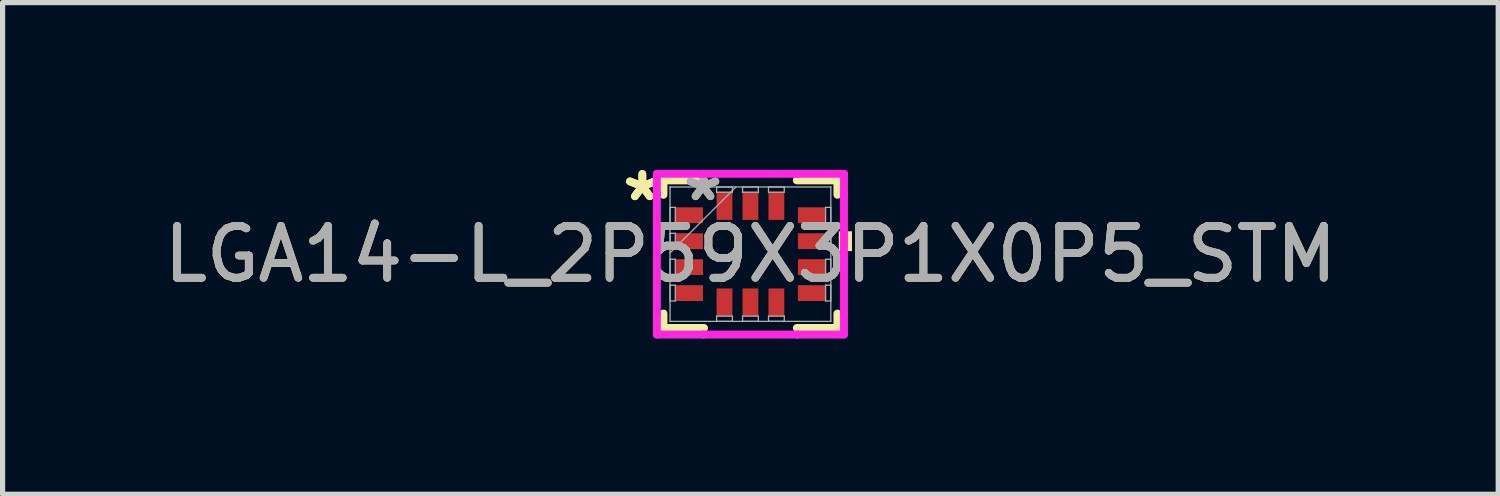
<source format=kicad_pcb>
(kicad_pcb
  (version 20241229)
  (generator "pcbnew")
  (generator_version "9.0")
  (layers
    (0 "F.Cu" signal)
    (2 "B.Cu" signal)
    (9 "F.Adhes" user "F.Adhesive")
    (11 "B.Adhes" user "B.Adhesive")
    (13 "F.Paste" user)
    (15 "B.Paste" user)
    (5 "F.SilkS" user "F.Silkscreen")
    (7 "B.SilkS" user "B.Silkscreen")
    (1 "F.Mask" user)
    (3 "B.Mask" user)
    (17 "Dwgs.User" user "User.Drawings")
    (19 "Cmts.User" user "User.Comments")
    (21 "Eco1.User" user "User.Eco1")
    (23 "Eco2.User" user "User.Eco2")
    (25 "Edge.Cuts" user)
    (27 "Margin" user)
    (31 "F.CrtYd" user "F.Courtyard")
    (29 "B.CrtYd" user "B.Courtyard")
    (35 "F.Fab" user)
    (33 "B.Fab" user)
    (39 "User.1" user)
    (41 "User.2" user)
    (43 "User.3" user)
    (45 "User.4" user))
  (footprint "LGA14-L_2P59X3P1X0P5_STM"
    (layer "F.Cu")
    (at 11.411 1.848)
    (property "Reference" "LGA14-L_2P59X3P1X0P5_STM" (at 0 0 0) (unlocked yes) (layer "F.SilkS") (effects (font (size 1 1) (thickness 0.15))))
    (attr smd)
    (fp_line (start -1.676 -1.422) (end -1.676 -1.144) (stroke (width 0.152) (type solid)) (layer "F.SilkS"))
    (fp_line (start -1.676 1.144) (end -1.676 1.422) (stroke (width 0.152) (type solid)) (layer "F.SilkS"))
    (fp_line (start -1.676 1.422) (end -0.894 1.422) (stroke (width 0.152) (type solid)) (layer "F.SilkS"))
    (fp_line (start -0.894 -1.422) (end -1.676 -1.422) (stroke (width 0.152) (type solid)) (layer "F.SilkS"))
    (fp_line (start 0.894 1.422) (end 1.676 1.422) (stroke (width 0.152) (type solid)) (layer "F.SilkS"))
    (fp_line (start 1.676 -1.422) (end 0.894 -1.422) (stroke (width 0.152) (type solid)) (layer "F.SilkS"))
    (fp_line (start 1.676 -1.144) (end 1.676 -1.422) (stroke (width 0.152) (type solid)) (layer "F.SilkS"))
    (fp_line (start 1.676 1.422) (end 1.676 1.144) (stroke (width 0.152) (type solid)) (layer "F.SilkS"))
    (fp_poly (pts (xy 1.956 -0.441) (xy 1.956 -0.059) (xy 1.702 -0.059) (xy 1.702 -0.441)) (stroke (width 0) (type solid)) (fill yes) (layer "F.SilkS"))
    (fp_line (start -1.803 -1.549) (end -0.906 -1.549) (stroke (width 0.152) (type solid)) (layer "F.CrtYd"))
    (fp_line (start -1.803 -1.156) (end -1.803 -1.549) (stroke (width 0.152) (type solid)) (layer "F.CrtYd"))
    (fp_line (start -1.803 -1.156) (end -1.803 -1.156) (stroke (width 0.152) (type solid)) (layer "F.CrtYd"))
    (fp_line (start -1.803 1.156) (end -1.803 -1.156) (stroke (width 0.152) (type solid)) (layer "F.CrtYd"))
    (fp_line (start -1.803 1.156) (end -1.803 1.156) (stroke (width 0.152) (type solid)) (layer "F.CrtYd"))
    (fp_line (start -1.803 1.549) (end -1.803 1.156) (stroke (width 0.152) (type solid)) (layer "F.CrtYd"))
    (fp_line (start -0.906 -1.549) (end -0.906 -1.549) (stroke (width 0.152) (type solid)) (layer "F.CrtYd"))
    (fp_line (start -0.906 -1.549) (end 0.906 -1.549) (stroke (width 0.152) (type solid)) (layer "F.CrtYd"))
    (fp_line (start -0.906 1.549) (end -1.803 1.549) (stroke (width 0.152) (type solid)) (layer "F.CrtYd"))
    (fp_line (start -0.906 1.549) (end -0.906 1.549) (stroke (width 0.152) (type solid)) (layer "F.CrtYd"))
    (fp_line (start 0.906 -1.549) (end 0.906 -1.549) (stroke (width 0.152) (type solid)) (layer "F.CrtYd"))
    (fp_line (start 0.906 -1.549) (end 1.803 -1.549) (stroke (width 0.152) (type solid)) (layer "F.CrtYd"))
    (fp_line (start 0.906 1.549) (end -0.906 1.549) (stroke (width 0.152) (type solid)) (layer "F.CrtYd"))
    (fp_line (start 0.906 1.549) (end 0.906 1.549) (stroke (width 0.152) (type solid)) (layer "F.CrtYd"))
    (fp_line (start 1.803 -1.549) (end 1.803 -1.156) (stroke (width 0.152) (type solid)) (layer "F.CrtYd"))
    (fp_line (start 1.803 -1.156) (end 1.803 -1.156) (stroke (width 0.152) (type solid)) (layer "F.CrtYd"))
    (fp_line (start 1.803 -1.156) (end 1.803 1.156) (stroke (width 0.152) (type solid)) (layer "F.CrtYd"))
    (fp_line (start 1.803 1.156) (end 1.803 1.156) (stroke (width 0.152) (type solid)) (layer "F.CrtYd"))
    (fp_line (start 1.803 1.156) (end 1.803 1.549) (stroke (width 0.152) (type solid)) (layer "F.CrtYd"))
    (fp_line (start 1.803 1.549) (end 0.906 1.549) (stroke (width 0.152) (type solid)) (layer "F.CrtYd"))
    (fp_line (start -1.549 -1.295) (end -1.549 -1.295) (stroke (width 0.025) (type solid)) (layer "F.Fab"))
    (fp_line (start -1.549 -1.295) (end -1.549 1.295) (stroke (width 0.025) (type solid)) (layer "F.Fab"))
    (fp_line (start -1.549 -0.902) (end -1.448 -0.902) (stroke (width 0.025) (type solid)) (layer "F.Fab"))
    (fp_line (start -1.549 -0.598) (end -1.549 -0.902) (stroke (width 0.025) (type solid)) (layer "F.Fab"))
    (fp_line (start -1.549 -0.402) (end -1.448 -0.402) (stroke (width 0.025) (type solid)) (layer "F.Fab"))
    (fp_line (start -1.549 -0.098) (end -1.549 -0.402) (stroke (width 0.025) (type solid)) (layer "F.Fab"))
    (fp_line (start -1.549 -0.025) (end -0.279 -1.295) (stroke (width 0.025) (type solid)) (layer "F.Fab"))
    (fp_line (start -1.549 0.098) (end -1.448 0.098) (stroke (width 0.025) (type solid)) (layer "F.Fab"))
    (fp_line (start -1.549 0.402) (end -1.549 0.098) (stroke (width 0.025) (type solid)) (layer "F.Fab"))
    (fp_line (start -1.549 0.598) (end -1.448 0.598) (stroke (width 0.025) (type solid)) (layer "F.Fab"))
    (fp_line (start -1.549 0.902) (end -1.549 0.598) (stroke (width 0.025) (type solid)) (layer "F.Fab"))
    (fp_line (start -1.549 1.295) (end -1.549 1.295) (stroke (width 0.025) (type solid)) (layer "F.Fab"))
    (fp_line (start -1.549 1.295) (end 1.549 1.295) (stroke (width 0.025) (type solid)) (layer "F.Fab"))
    (fp_line (start -1.448 -0.902) (end -1.448 -0.598) (stroke (width 0.025) (type solid)) (layer "F.Fab"))
    (fp_line (start -1.448 -0.598) (end -1.549 -0.598) (stroke (width 0.025) (type solid)) (layer "F.Fab"))
    (fp_line (start -1.448 -0.402) (end -1.448 -0.098) (stroke (width 0.025) (type solid)) (layer "F.Fab"))
    (fp_line (start -1.448 -0.098) (end -1.549 -0.098) (stroke (width 0.025) (type solid)) (layer "F.Fab"))
    (fp_line (start -1.448 0.098) (end -1.448 0.402) (stroke (width 0.025) (type solid)) (layer "F.Fab"))
    (fp_line (start -1.448 0.402) (end -1.549 0.402) (stroke (width 0.025) (type solid)) (layer "F.Fab"))
    (fp_line (start -1.448 0.598) (end -1.448 0.902) (stroke (width 0.025) (type solid)) (layer "F.Fab"))
    (fp_line (start -1.448 0.902) (end -1.549 0.902) (stroke (width 0.025) (type solid)) (layer "F.Fab"))
    (fp_line (start -0.652 -1.295) (end -0.348 -1.295) (stroke (width 0.025) (type solid)) (layer "F.Fab"))
    (fp_line (start -0.652 -1.194) (end -0.652 -1.295) (stroke (width 0.025) (type solid)) (layer "F.Fab"))
    (fp_line (start -0.652 1.194) (end -0.348 1.194) (stroke (width 0.025) (type solid)) (layer "F.Fab"))
    (fp_line (start -0.652 1.295) (end -0.652 1.194) (stroke (width 0.025) (type solid)) (layer "F.Fab"))
    (fp_line (start -0.348 -1.295) (end -0.348 -1.194) (stroke (width 0.025) (type solid)) (layer "F.Fab"))
    (fp_line (start -0.348 -1.194) (end -0.652 -1.194) (stroke (width 0.025) (type solid)) (layer "F.Fab"))
    (fp_line (start -0.348 1.194) (end -0.348 1.295) (stroke (width 0.025) (type solid)) (layer "F.Fab"))
    (fp_line (start -0.348 1.295) (end -0.652 1.295) (stroke (width 0.025) (type solid)) (layer "F.Fab"))
    (fp_line (start -0.152 -1.295) (end 0.152 -1.295) (stroke (width 0.025) (type solid)) (layer "F.Fab"))
    (fp_line (start -0.152 -1.194) (end -0.152 -1.295) (stroke (width 0.025) (type solid)) (layer "F.Fab"))
    (fp_line (start -0.152 1.194) (end 0.152 1.194) (stroke (width 0.025) (type solid)) (layer "F.Fab"))
    (fp_line (start -0.152 1.295) (end -0.152 1.194) (stroke (width 0.025) (type solid)) (layer "F.Fab"))
    (fp_line (start 0.152 -1.295) (end 0.152 -1.194) (stroke (width 0.025) (type solid)) (layer "F.Fab"))
    (fp_line (start 0.152 -1.194) (end -0.152 -1.194) (stroke (width 0.025) (type solid)) (layer "F.Fab"))
    (fp_line (start 0.152 1.194) (end 0.152 1.295) (stroke (width 0.025) (type solid)) (layer "F.Fab"))
    (fp_line (start 0.152 1.295) (end -0.152 1.295) (stroke (width 0.025) (type solid)) (layer "F.Fab"))
    (fp_line (start 0.348 -1.295) (end 0.652 -1.295) (stroke (width 0.025) (type solid)) (layer "F.Fab"))
    (fp_line (start 0.348 -1.194) (end 0.348 -1.295) (stroke (width 0.025) (type solid)) (layer "F.Fab"))
    (fp_line (start 0.348 1.194) (end 0.652 1.194) (stroke (width 0.025) (type solid)) (layer "F.Fab"))
    (fp_line (start 0.348 1.295) (end 0.348 1.194) (stroke (width 0.025) (type solid)) (layer "F.Fab"))
    (fp_line (start 0.652 -1.295) (end 0.652 -1.194) (stroke (width 0.025) (type solid)) (layer "F.Fab"))
    (fp_line (start 0.652 -1.194) (end 0.348 -1.194) (stroke (width 0.025) (type solid)) (layer "F.Fab"))
    (fp_line (start 0.652 1.194) (end 0.652 1.295) (stroke (width 0.025) (type solid)) (layer "F.Fab"))
    (fp_line (start 0.652 1.295) (end 0.348 1.295) (stroke (width 0.025) (type solid)) (layer "F.Fab"))
    (fp_line (start 1.448 -0.902) (end 1.549 -0.902) (stroke (width 0.025) (type solid)) (layer "F.Fab"))
    (fp_line (start 1.448 -0.598) (end 1.448 -0.902) (stroke (width 0.025) (type solid)) (layer "F.Fab"))
    (fp_line (start 1.448 -0.402) (end 1.549 -0.402) (stroke (width 0.025) (type solid)) (layer "F.Fab"))
    (fp_line (start 1.448 -0.098) (end 1.448 -0.402) (stroke (width 0.025) (type solid)) (layer "F.Fab"))
    (fp_line (start 1.448 0.098) (end 1.549 0.098) (stroke (width 0.025) (type solid)) (layer "F.Fab"))
    (fp_line (start 1.448 0.402) (end 1.448 0.098) (stroke (width 0.025) (type solid)) (layer "F.Fab"))
    (fp_line (start 1.448 0.598) (end 1.549 0.598) (stroke (width 0.025) (type solid)) (layer "F.Fab"))
    (fp_line (start 1.448 0.902) (end 1.448 0.598) (stroke (width 0.025) (type solid)) (layer "F.Fab"))
    (fp_line (start 1.549 -1.295) (end -1.549 -1.295) (stroke (width 0.025) (type solid)) (layer "F.Fab"))
    (fp_line (start 1.549 -1.295) (end 1.549 -1.295) (stroke (width 0.025) (type solid)) (layer "F.Fab"))
    (fp_line (start 1.549 -0.902) (end 1.549 -0.598) (stroke (width 0.025) (type solid)) (layer "F.Fab"))
    (fp_line (start 1.549 -0.598) (end 1.448 -0.598) (stroke (width 0.025) (type solid)) (layer "F.Fab"))
    (fp_line (start 1.549 -0.402) (end 1.549 -0.098) (stroke (width 0.025) (type solid)) (layer "F.Fab"))
    (fp_line (start 1.549 -0.098) (end 1.448 -0.098) (stroke (width 0.025) (type solid)) (layer "F.Fab"))
    (fp_line (start 1.549 0.098) (end 1.549 0.402) (stroke (width 0.025) (type solid)) (layer "F.Fab"))
    (fp_line (start 1.549 0.402) (end 1.448 0.402) (stroke (width 0.025) (type solid)) (layer "F.Fab"))
    (fp_line (start 1.549 0.598) (end 1.549 0.902) (stroke (width 0.025) (type solid)) (layer "F.Fab"))
    (fp_line (start 1.549 0.902) (end 1.448 0.902) (stroke (width 0.025) (type solid)) (layer "F.Fab"))
    (fp_line (start 1.549 1.295) (end 1.549 -1.295) (stroke (width 0.025) (type solid)) (layer "F.Fab"))
    (fp_line (start 1.549 1.295) (end 1.549 1.295) (stroke (width 0.025) (type solid)) (layer "F.Fab"))
    (fp_text user "*" (at -2.083 -1 0) (layer "F.SilkS") (effects (font (size 1 1) (thickness 0.15))))
    (fp_text user "*" (at -2.083 -1 0) (unlocked yes) (layer "F.SilkS") (effects (font (size 1 1) (thickness 0.15))))
    (fp_text user "*" (at -0.914 -1 0) (unlocked yes) (layer "F.Fab") (effects (font (size 1 1) (thickness 0.15))))
    (fp_text user "*" (at -0.914 -1 0) (layer "F.Fab") (effects (font (size 1 1) (thickness 0.15))))
    (fp_text user "${REFERENCE}" (at 0 0 0) (unlocked yes) (layer "F.Fab") (effects (font (size 1 1) (thickness 0.15))))
    (pad "1" smd rect (at -1.181 -0.75 90) (size 0.305 0.533) (layers "F.Cu" "F.Mask" "F.Paste"))
    (pad "2" smd rect (at -1.181 -0.25 90) (size 0.305 0.533) (layers "F.Cu" "F.Mask" "F.Paste"))
    (pad "3" smd rect (at -1.181 0.25 90) (size 0.305 0.533) (layers "F.Cu" "F.Mask" "F.Paste"))
    (pad "4" smd rect (at -1.181 0.75 90) (size 0.305 0.533) (layers "F.Cu" "F.Mask" "F.Paste"))
    (pad "5" smd rect (at -0.5 0.927) (size 0.305 0.533) (layers "F.Cu" "F.Mask" "F.Paste"))
    (pad "6" smd rect (at 0 0.927) (size 0.305 0.533) (layers "F.Cu" "F.Mask" "F.Paste"))
    (pad "7" smd rect (at 0.5 0.927) (size 0.305 0.533) (layers "F.Cu" "F.Mask" "F.Paste"))
    (pad "8" smd rect (at 1.181 0.75 90) (size 0.305 0.533) (layers "F.Cu" "F.Mask" "F.Paste"))
    (pad "9" smd rect (at 1.181 0.25 90) (size 0.305 0.533) (layers "F.Cu" "F.Mask" "F.Paste"))
    (pad "10" smd rect (at 1.181 -0.25 90) (size 0.305 0.533) (layers "F.Cu" "F.Mask" "F.Paste"))
    (pad "11" smd rect (at 1.181 -0.75 90) (size 0.305 0.533) (layers "F.Cu" "F.Mask" "F.Paste"))
    (pad "12" smd rect (at 0.5 -0.927) (size 0.305 0.533) (layers "F.Cu" "F.Mask" "F.Paste"))
    (pad "13" smd rect (at 0 -0.927) (size 0.305 0.533) (layers "F.Cu" "F.Mask" "F.Paste"))
    (pad "14" smd rect (at -0.5 -0.927) (size 0.305 0.533) (layers "F.Cu" "F.Mask" "F.Paste")))
  (gr_rect
    (start -3 -3)
    (end 25.821 6.474)
    (stroke (width 0.1) (type default))
    (fill no)
    (layer "Edge.Cuts")))
</source>
